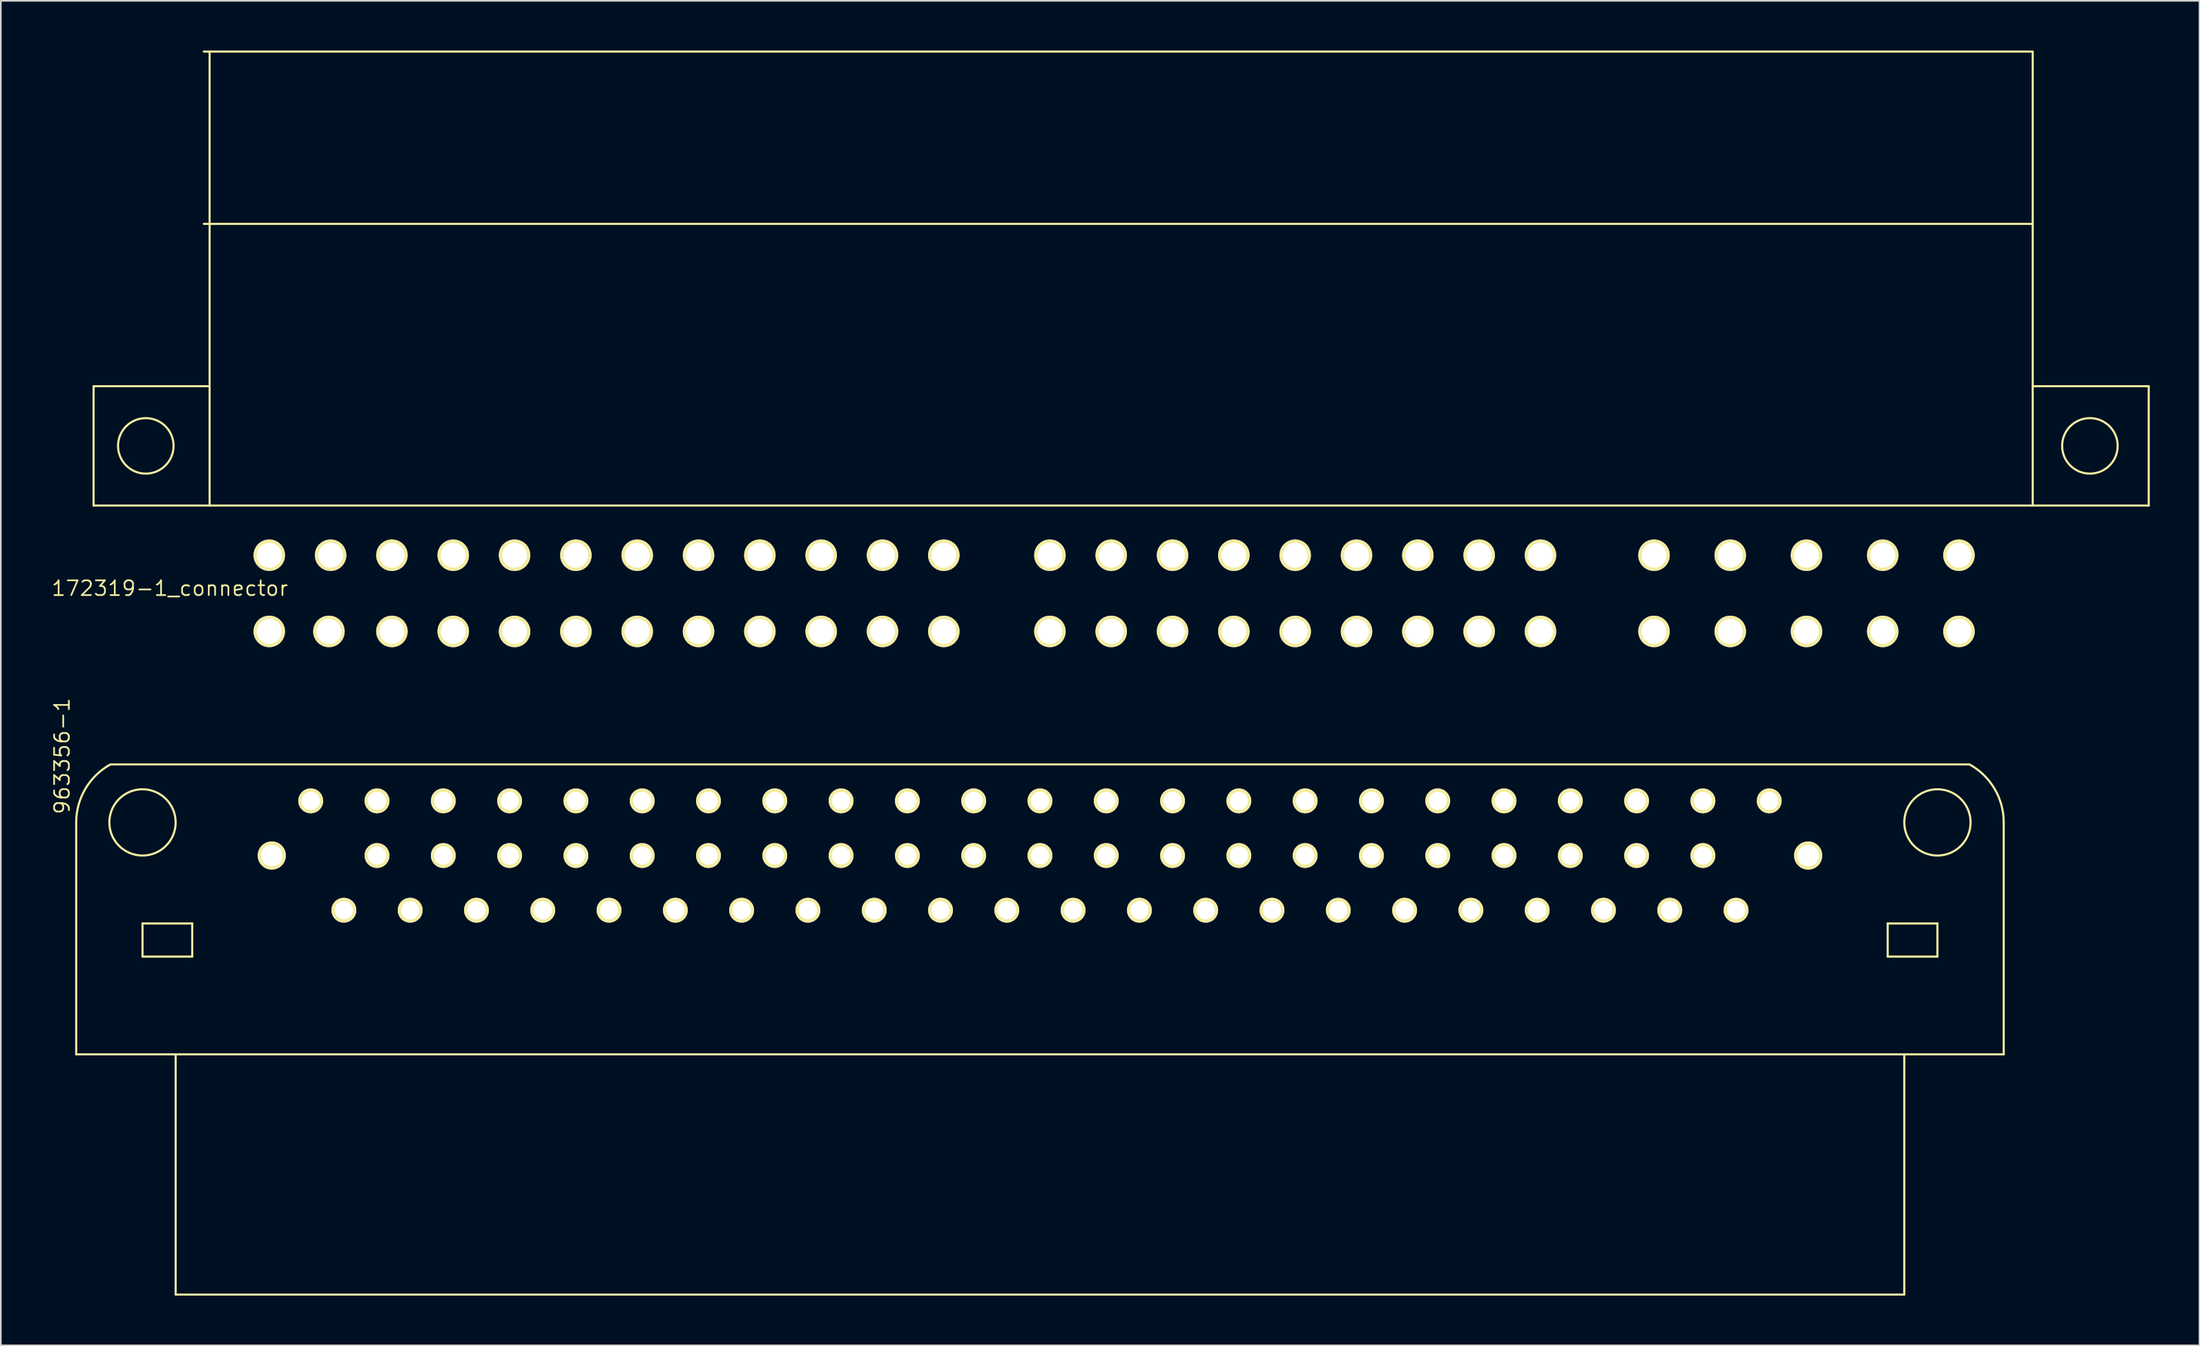
<source format=kicad_pcb>
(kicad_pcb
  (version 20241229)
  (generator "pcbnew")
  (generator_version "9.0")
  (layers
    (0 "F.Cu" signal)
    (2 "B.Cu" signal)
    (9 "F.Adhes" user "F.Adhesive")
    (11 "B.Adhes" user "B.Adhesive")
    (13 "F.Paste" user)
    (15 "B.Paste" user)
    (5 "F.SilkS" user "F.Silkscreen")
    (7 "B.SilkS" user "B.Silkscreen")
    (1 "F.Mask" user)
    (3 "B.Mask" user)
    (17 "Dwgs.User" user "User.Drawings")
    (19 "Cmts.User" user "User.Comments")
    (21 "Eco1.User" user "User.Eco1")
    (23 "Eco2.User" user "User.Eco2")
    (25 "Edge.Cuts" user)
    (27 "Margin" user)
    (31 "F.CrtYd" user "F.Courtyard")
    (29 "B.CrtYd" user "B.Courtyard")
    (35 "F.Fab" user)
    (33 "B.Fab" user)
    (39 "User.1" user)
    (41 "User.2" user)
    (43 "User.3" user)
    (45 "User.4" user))
  (footprint "172319-1_connector"
    (layer "F.Cu")
    (at 13.197 30.463)
    (property "Reference" "172319-1_connector" (at -6 2 180) (layer "F.SilkS") (effects (font (size 0.889 0.889) (thickness 0.102))))
    (attr through_hole)
    (fp_line (start -10.6 -10.2) (end -10.6 -3) (stroke (width 0.127) (type solid)) (layer "F.SilkS"))
    (fp_line (start -10.6 -3) (end -3.6 -3) (stroke (width 0.127) (type solid)) (layer "F.SilkS"))
    (fp_line (start -3.95 -30.4) (end 106.35 -30.4) (stroke (width 0.127) (type solid)) (layer "F.SilkS"))
    (fp_line (start -3.95 -20) (end 106.35 -20) (stroke (width 0.127) (type solid)) (layer "F.SilkS"))
    (fp_line (start -3.6 -30.4) (end -3.6 -3) (stroke (width 0.127) (type solid)) (layer "F.SilkS"))
    (fp_line (start -3.6 -10.2) (end -10.6 -10.2) (stroke (width 0.127) (type solid)) (layer "F.SilkS"))
    (fp_line (start -3.6 -3) (end 106.35 -3) (stroke (width 0.127) (type solid)) (layer "F.SilkS"))
    (fp_line (start 106.4 -30.4) (end 106.4 -3) (stroke (width 0.127) (type solid)) (layer "F.SilkS"))
    (fp_line (start 113.4 -10.2) (end 106.4 -10.2) (stroke (width 0.127) (type solid)) (layer "F.SilkS"))
    (fp_line (start 113.4 -10.2) (end 113.4 -3) (stroke (width 0.127) (type solid)) (layer "F.SilkS"))
    (fp_line (start 113.4 -3) (end 106.4 -3) (stroke (width 0.127) (type solid)) (layer "F.SilkS"))
    (fp_circle (center -7.45 -6.6) (end -9.125 -6.6) (stroke (width 0.127) (type solid)) (fill no) (layer "F.SilkS"))
    (fp_circle (center 109.85 -6.6) (end 111.525 -6.6) (stroke (width 0.127) (type solid)) (fill no) (layer "F.SilkS"))
    (pad "1" thru_hole circle (at 0 0) (size 1.9 1.9) (drill 1.501) (layers "*.Cu" "*.Mask" "F.SilkS"))
    (pad "2" thru_hole circle (at 3.7 0) (size 1.9 1.9) (drill 1.501) (layers "*.Cu" "*.Mask" "F.SilkS"))
    (pad "3" thru_hole circle (at 7.4 0) (size 1.9 1.9) (drill 1.501) (layers "*.Cu" "*.Mask" "F.SilkS"))
    (pad "4" thru_hole circle (at 11.1 0) (size 1.9 1.9) (drill 1.501) (layers "*.Cu" "*.Mask" "F.SilkS"))
    (pad "5" thru_hole circle (at 14.8 0) (size 1.9 1.9) (drill 1.501) (layers "*.Cu" "*.Mask" "F.SilkS"))
    (pad "6" thru_hole circle (at 18.5 0) (size 1.9 1.9) (drill 1.501) (layers "*.Cu" "*.Mask" "F.SilkS"))
    (pad "7" thru_hole circle (at 22.2 0) (size 1.9 1.9) (drill 1.501) (layers "*.Cu" "*.Mask" "F.SilkS"))
    (pad "8" thru_hole circle (at 25.9 0) (size 1.9 1.9) (drill 1.501) (layers "*.Cu" "*.Mask" "F.SilkS"))
    (pad "9" thru_hole circle (at 29.6 0) (size 1.9 1.9) (drill 1.501) (layers "*.Cu" "*.Mask" "F.SilkS"))
    (pad "10" thru_hole circle (at 33.3 0) (size 1.9 1.9) (drill 1.501) (layers "*.Cu" "*.Mask" "F.SilkS"))
    (pad "11" thru_hole circle (at 37 0) (size 1.9 1.9) (drill 1.501) (layers "*.Cu" "*.Mask" "F.SilkS"))
    (pad "12" thru_hole circle (at 40.7 0) (size 1.9 1.9) (drill 1.501) (layers "*.Cu" "*.Mask" "F.SilkS"))
    (pad "13" thru_hole circle (at 47.1 0) (size 1.9 1.9) (drill 1.501) (layers "*.Cu" "*.Mask" "F.SilkS"))
    (pad "14" thru_hole circle (at 50.8 0) (size 1.9 1.9) (drill 1.501) (layers "*.Cu" "*.Mask" "F.SilkS"))
    (pad "15" thru_hole circle (at 54.5 0) (size 1.9 1.9) (drill 1.501) (layers "*.Cu" "*.Mask" "F.SilkS"))
    (pad "16" thru_hole circle (at 58.2 0) (size 1.9 1.9) (drill 1.501) (layers "*.Cu" "*.Mask" "F.SilkS"))
    (pad "17" thru_hole circle (at 61.9 0) (size 1.9 1.9) (drill 1.501) (layers "*.Cu" "*.Mask" "F.SilkS"))
    (pad "18" thru_hole circle (at 65.6 0) (size 1.9 1.9) (drill 1.501) (layers "*.Cu" "*.Mask" "F.SilkS"))
    (pad "19" thru_hole circle (at 69.3 0) (size 1.9 1.9) (drill 1.501) (layers "*.Cu" "*.Mask" "F.SilkS"))
    (pad "20" thru_hole circle (at 73 0) (size 1.9 1.9) (drill 1.501) (layers "*.Cu" "*.Mask" "F.SilkS"))
    (pad "21" thru_hole circle (at 76.7 0) (size 1.9 1.9) (drill 1.501) (layers "*.Cu" "*.Mask" "F.SilkS"))
    (pad "22" thru_hole circle (at 83.55 0) (size 1.9 1.9) (drill 1.501) (layers "*.Cu" "*.Mask" "F.SilkS"))
    (pad "23" thru_hole circle (at 88.15 0) (size 1.9 1.9) (drill 1.501) (layers "*.Cu" "*.Mask" "F.SilkS"))
    (pad "24" thru_hole circle (at 92.75 0 180) (size 1.9 1.9) (drill 1.501) (layers "*.Cu" "*.Mask" "F.SilkS"))
    (pad "25" thru_hole circle (at 97.35 0 180) (size 1.9 1.9) (drill 1.501) (layers "*.Cu" "*.Mask" "F.SilkS"))
    (pad "26" thru_hole circle (at 101.95 0 180) (size 1.9 1.9) (drill 1.501) (layers "*.Cu" "*.Mask" "F.SilkS"))
    (pad "27" thru_hole circle (at 0 4.6 180) (size 1.9 1.9) (drill 1.501) (layers "*.Cu" "*.Mask" "F.SilkS"))
    (pad "28" thru_hole circle (at 3.6 4.6 180) (size 1.9 1.9) (drill 1.501) (layers "*.Cu" "*.Mask" "F.SilkS"))
    (pad "29" thru_hole circle (at 7.4 4.6 180) (size 1.9 1.9) (drill 1.501) (layers "*.Cu" "*.Mask" "F.SilkS"))
    (pad "30" thru_hole circle (at 11.1 4.6 180) (size 1.9 1.9) (drill 1.501) (layers "*.Cu" "*.Mask" "F.SilkS"))
    (pad "31" thru_hole circle (at 14.8 4.6 180) (size 1.9 1.9) (drill 1.501) (layers "*.Cu" "*.Mask" "F.SilkS"))
    (pad "32" thru_hole circle (at 18.5 4.6 180) (size 1.9 1.9) (drill 1.501) (layers "*.Cu" "*.Mask" "F.SilkS"))
    (pad "33" thru_hole circle (at 22.2 4.6 180) (size 1.9 1.9) (drill 1.501) (layers "*.Cu" "*.Mask" "F.SilkS"))
    (pad "34" thru_hole circle (at 25.9 4.6 180) (size 1.9 1.9) (drill 1.501) (layers "*.Cu" "*.Mask" "F.SilkS"))
    (pad "35" thru_hole circle (at 29.6 4.6 180) (size 1.9 1.9) (drill 1.501) (layers "*.Cu" "*.Mask" "F.SilkS"))
    (pad "36" thru_hole circle (at 33.3 4.6 180) (size 1.9 1.9) (drill 1.501) (layers "*.Cu" "*.Mask" "F.SilkS"))
    (pad "37" thru_hole circle (at 37 4.6 180) (size 1.9 1.9) (drill 1.501) (layers "*.Cu" "*.Mask" "F.SilkS"))
    (pad "38" thru_hole circle (at 40.7 4.6 180) (size 1.9 1.9) (drill 1.501) (layers "*.Cu" "*.Mask" "F.SilkS"))
    (pad "39" thru_hole circle (at 47.1 4.6 180) (size 1.9 1.9) (drill 1.501) (layers "*.Cu" "*.Mask" "F.SilkS"))
    (pad "40" thru_hole circle (at 50.8 4.6 180) (size 1.9 1.9) (drill 1.501) (layers "*.Cu" "*.Mask" "F.SilkS"))
    (pad "41" thru_hole circle (at 54.5 4.6 180) (size 1.9 1.9) (drill 1.501) (layers "*.Cu" "*.Mask" "F.SilkS"))
    (pad "42" thru_hole circle (at 58.2 4.6 180) (size 1.9 1.9) (drill 1.501) (layers "*.Cu" "*.Mask" "F.SilkS"))
    (pad "43" thru_hole circle (at 61.9 4.6 180) (size 1.9 1.9) (drill 1.501) (layers "*.Cu" "*.Mask" "F.SilkS"))
    (pad "44" thru_hole circle (at 65.6 4.6 180) (size 1.9 1.9) (drill 1.501) (layers "*.Cu" "*.Mask" "F.SilkS"))
    (pad "45" thru_hole circle (at 69.3 4.6 180) (size 1.9 1.9) (drill 1.501) (layers "*.Cu" "*.Mask" "F.SilkS"))
    (pad "46" thru_hole circle (at 73 4.6 180) (size 1.9 1.9) (drill 1.501) (layers "*.Cu" "*.Mask" "F.SilkS"))
    (pad "47" thru_hole circle (at 76.7 4.6 180) (size 1.9 1.9) (drill 1.501) (layers "*.Cu" "*.Mask" "F.SilkS"))
    (pad "48" thru_hole circle (at 83.55 4.6 180) (size 1.9 1.9) (drill 1.501) (layers "*.Cu" "*.Mask" "F.SilkS"))
    (pad "49" thru_hole circle (at 88.15 4.6 180) (size 1.9 1.9) (drill 1.501) (layers "*.Cu" "*.Mask" "F.SilkS"))
    (pad "50" thru_hole circle (at 92.75 4.6 180) (size 1.9 1.9) (drill 1.501) (layers "*.Cu" "*.Mask" "F.SilkS"))
    (pad "51" thru_hole circle (at 97.35 4.6 180) (size 1.9 1.9) (drill 1.501) (layers "*.Cu" "*.Mask" "F.SilkS"))
    (pad "52" thru_hole circle (at 101.95 4.6 180) (size 1.9 1.9) (drill 1.501) (layers "*.Cu" "*.Mask" "F.SilkS")))
  (footprint "963356-1"
    (layer "F.Cu")
    (at 59.698 48.59)
    (property "Reference" "963356-1" (at -59 -6 90) (layer "F.SilkS") (effects (font (size 0.889 0.889) (thickness 0.102))))
    (attr through_hole)
    (fp_line (start -58.15 12) (end -58.15 -2) (stroke (width 0.127) (type solid)) (layer "F.SilkS"))
    (fp_line (start -54.15 4.1) (end -54.15 6.1) (stroke (width 0.127) (type solid)) (layer "F.SilkS"))
    (fp_line (start -54.15 6.1) (end -51.15 6.1) (stroke (width 0.127) (type solid)) (layer "F.SilkS"))
    (fp_line (start -52.15 12) (end -52.15 26.5) (stroke (width 0.127) (type solid)) (layer "F.SilkS"))
    (fp_line (start -52.15 26.5) (end 52.15 26.5) (stroke (width 0.127) (type solid)) (layer "F.SilkS"))
    (fp_line (start -51.15 4.1) (end -54.15 4.1) (stroke (width 0.127) (type solid)) (layer "F.SilkS"))
    (fp_line (start -51.15 6.1) (end -51.15 4.1) (stroke (width 0.127) (type solid)) (layer "F.SilkS"))
    (fp_line (start 51.15 4.1) (end 54.15 4.1) (stroke (width 0.127) (type solid)) (layer "F.SilkS"))
    (fp_line (start 51.15 6.1) (end 51.15 4.1) (stroke (width 0.127) (type solid)) (layer "F.SilkS"))
    (fp_line (start 52.15 12) (end 52.15 26.5) (stroke (width 0.127) (type solid)) (layer "F.SilkS"))
    (fp_line (start 54.15 4.1) (end 54.15 6.1) (stroke (width 0.127) (type solid)) (layer "F.SilkS"))
    (fp_line (start 54.15 6.1) (end 51.15 6.1) (stroke (width 0.127) (type solid)) (layer "F.SilkS"))
    (fp_line (start 56.07 -5.5) (end -56.07 -5.5) (stroke (width 0.127) (type solid)) (layer "F.SilkS"))
    (fp_line (start 58.15 -2) (end 58.15 12) (stroke (width 0.127) (type solid)) (layer "F.SilkS"))
    (fp_line (start 58.15 12) (end -58.15 12) (stroke (width 0.127) (type solid)) (layer "F.SilkS"))
    (fp_arc (start -58.15 -2) (mid -57.596517 -4.030154) (end -56.089238 -5.498479) (stroke (width 0.127) (type solid)) (layer "F.SilkS"))
    (fp_arc (start 56.089238 -5.498479) (mid 57.596516 -4.030154) (end 58.15 -2) (stroke (width 0.127) (type solid)) (layer "F.SilkS"))
    (fp_circle (center -54.15 -2) (end -54.15 -4) (stroke (width 0.127) (type solid)) (fill no) (layer "F.SilkS"))
    (fp_circle (center 54.15 -2) (end 54.15 -4) (stroke (width 0.127) (type solid)) (fill no) (layer "F.SilkS"))
    (pad "1" thru_hole circle (at -46.35 0) (size 1.7 1.7) (drill 1.3) (layers "*.Cu" "*.Mask" "F.SilkS"))
    (pad "2" thru_hole circle (at -40 0) (size 1.5 1.5) (drill 1.101) (layers "*.Cu" "*.Mask" "F.SilkS"))
    (pad "3" thru_hole circle (at -36 0) (size 1.5 1.5) (drill 1.101) (layers "*.Cu" "*.Mask" "F.SilkS"))
    (pad "4" thru_hole circle (at -32 0) (size 1.5 1.5) (drill 1.101) (layers "*.Cu" "*.Mask" "F.SilkS"))
    (pad "5" thru_hole circle (at -28 0) (size 1.5 1.5) (drill 1.101) (layers "*.Cu" "*.Mask" "F.SilkS"))
    (pad "6" thru_hole circle (at -24 0) (size 1.5 1.5) (drill 1.101) (layers "*.Cu" "*.Mask" "F.SilkS"))
    (pad "7" thru_hole circle (at -20 0) (size 1.5 1.5) (drill 1.101) (layers "*.Cu" "*.Mask" "F.SilkS"))
    (pad "8" thru_hole circle (at -16 0) (size 1.5 1.5) (drill 1.101) (layers "*.Cu" "*.Mask" "F.SilkS"))
    (pad "9" thru_hole circle (at -12 0) (size 1.5 1.5) (drill 1.101) (layers "*.Cu" "*.Mask" "F.SilkS"))
    (pad "10" thru_hole circle (at -8 0) (size 1.5 1.5) (drill 1.101) (layers "*.Cu" "*.Mask" "F.SilkS"))
    (pad "11" thru_hole circle (at -4 0) (size 1.5 1.5) (drill 1.101) (layers "*.Cu" "*.Mask" "F.SilkS"))
    (pad "12" thru_hole circle (at 0 0) (size 1.5 1.5) (drill 1.101) (layers "*.Cu" "*.Mask" "F.SilkS"))
    (pad "13" thru_hole circle (at 4 0) (size 1.5 1.5) (drill 1.101) (layers "*.Cu" "*.Mask" "F.SilkS"))
    (pad "14" thru_hole circle (at 8 0) (size 1.5 1.5) (drill 1.101) (layers "*.Cu" "*.Mask" "F.SilkS"))
    (pad "15" thru_hole circle (at 12 0) (size 1.5 1.5) (drill 1.101) (layers "*.Cu" "*.Mask" "F.SilkS"))
    (pad "16" thru_hole circle (at 16 0) (size 1.5 1.5) (drill 1.101) (layers "*.Cu" "*.Mask" "F.SilkS"))
    (pad "17" thru_hole circle (at 20 0) (size 1.5 1.5) (drill 1.101) (layers "*.Cu" "*.Mask" "F.SilkS"))
    (pad "18" thru_hole circle (at 24 0) (size 1.5 1.5) (drill 1.101) (layers "*.Cu" "*.Mask" "F.SilkS"))
    (pad "19" thru_hole circle (at 28 0) (size 1.5 1.5) (drill 1.101) (layers "*.Cu" "*.Mask" "F.SilkS"))
    (pad "20" thru_hole circle (at 32 0) (size 1.5 1.5) (drill 1.101) (layers "*.Cu" "*.Mask" "F.SilkS"))
    (pad "21" thru_hole circle (at 36 0) (size 1.5 1.5) (drill 1.101) (layers "*.Cu" "*.Mask" "F.SilkS"))
    (pad "22" thru_hole circle (at 40 0) (size 1.5 1.5) (drill 1.101) (layers "*.Cu" "*.Mask" "F.SilkS"))
    (pad "23" thru_hole circle (at 46.35 0) (size 1.7 1.7) (drill 1.3) (layers "*.Cu" "*.Mask" "F.SilkS"))
    (pad "24" thru_hole circle (at -42 3.3 180) (size 1.5 1.5) (drill 1.101) (layers "*.Cu" "*.Mask" "F.SilkS"))
    (pad "25" thru_hole circle (at -38 3.3 180) (size 1.5 1.5) (drill 1.101) (layers "*.Cu" "*.Mask" "F.SilkS"))
    (pad "26" thru_hole circle (at -34 3.3 180) (size 1.5 1.5) (drill 1.101) (layers "*.Cu" "*.Mask" "F.SilkS"))
    (pad "27" thru_hole circle (at -30 3.3 180) (size 1.5 1.5) (drill 1.101) (layers "*.Cu" "*.Mask" "F.SilkS"))
    (pad "28" thru_hole circle (at -26 3.3 180) (size 1.5 1.5) (drill 1.101) (layers "*.Cu" "*.Mask" "F.SilkS"))
    (pad "29" thru_hole circle (at -22 3.3 180) (size 1.5 1.5) (drill 1.101) (layers "*.Cu" "*.Mask" "F.SilkS"))
    (pad "30" thru_hole circle (at -18 3.3 180) (size 1.5 1.5) (drill 1.101) (layers "*.Cu" "*.Mask" "F.SilkS"))
    (pad "31" thru_hole circle (at -14 3.3 180) (size 1.5 1.5) (drill 1.101) (layers "*.Cu" "*.Mask" "F.SilkS"))
    (pad "32" thru_hole circle (at -10 3.3 180) (size 1.5 1.5) (drill 1.101) (layers "*.Cu" "*.Mask" "F.SilkS"))
    (pad "33" thru_hole circle (at -6 3.3 180) (size 1.5 1.5) (drill 1.101) (layers "*.Cu" "*.Mask" "F.SilkS"))
    (pad "34" thru_hole circle (at -2 3.3 180) (size 1.5 1.5) (drill 1.101) (layers "*.Cu" "*.Mask" "F.SilkS"))
    (pad "35" thru_hole circle (at 2 3.3 180) (size 1.5 1.5) (drill 1.101) (layers "*.Cu" "*.Mask" "F.SilkS"))
    (pad "36" thru_hole circle (at 6 3.3 180) (size 1.5 1.5) (drill 1.101) (layers "*.Cu" "*.Mask" "F.SilkS"))
    (pad "37" thru_hole circle (at 10 3.3 180) (size 1.5 1.5) (drill 1.101) (layers "*.Cu" "*.Mask" "F.SilkS"))
    (pad "38" thru_hole circle (at 14 3.3 180) (size 1.5 1.5) (drill 1.101) (layers "*.Cu" "*.Mask" "F.SilkS"))
    (pad "39" thru_hole circle (at 18 3.3 180) (size 1.5 1.5) (drill 1.101) (layers "*.Cu" "*.Mask" "F.SilkS"))
    (pad "40" thru_hole circle (at 22 3.3 180) (size 1.5 1.5) (drill 1.101) (layers "*.Cu" "*.Mask" "F.SilkS"))
    (pad "41" thru_hole circle (at 26 3.3 180) (size 1.5 1.5) (drill 1.101) (layers "*.Cu" "*.Mask" "F.SilkS"))
    (pad "42" thru_hole circle (at 30 3.3 180) (size 1.5 1.5) (drill 1.101) (layers "*.Cu" "*.Mask" "F.SilkS"))
    (pad "43" thru_hole circle (at 34 3.3 180) (size 1.5 1.5) (drill 1.101) (layers "*.Cu" "*.Mask" "F.SilkS"))
    (pad "44" thru_hole circle (at 38 3.3 180) (size 1.5 1.5) (drill 1.101) (layers "*.Cu" "*.Mask" "F.SilkS"))
    (pad "45" thru_hole circle (at 42 3.3 180) (size 1.5 1.5) (drill 1.101) (layers "*.Cu" "*.Mask" "F.SilkS"))
    (pad "46" thru_hole circle (at -44 -3.3 180) (size 1.5 1.5) (drill 1.101) (layers "*.Cu" "*.Mask" "F.SilkS"))
    (pad "47" thru_hole circle (at -40 -3.3 180) (size 1.5 1.5) (drill 1.101) (layers "*.Cu" "*.Mask" "F.SilkS"))
    (pad "48" thru_hole circle (at -36 -3.3 180) (size 1.5 1.5) (drill 1.101) (layers "*.Cu" "*.Mask" "F.SilkS"))
    (pad "49" thru_hole circle (at -32 -3.3 180) (size 1.5 1.5) (drill 1.101) (layers "*.Cu" "*.Mask" "F.SilkS"))
    (pad "50" thru_hole circle (at -28 -3.3 180) (size 1.5 1.5) (drill 1.101) (layers "*.Cu" "*.Mask" "F.SilkS"))
    (pad "51" thru_hole circle (at -24 -3.3 180) (size 1.5 1.5) (drill 1.101) (layers "*.Cu" "*.Mask" "F.SilkS"))
    (pad "52" thru_hole circle (at -20 -3.3 180) (size 1.5 1.5) (drill 1.101) (layers "*.Cu" "*.Mask" "F.SilkS"))
    (pad "53" thru_hole circle (at -16 -3.3 180) (size 1.5 1.5) (drill 1.101) (layers "*.Cu" "*.Mask" "F.SilkS"))
    (pad "54" thru_hole circle (at -12 -3.3 180) (size 1.5 1.5) (drill 1.101) (layers "*.Cu" "*.Mask" "F.SilkS"))
    (pad "55" thru_hole circle (at -8 -3.3 180) (size 1.5 1.5) (drill 1.101) (layers "*.Cu" "*.Mask" "F.SilkS"))
    (pad "56" thru_hole circle (at -4 -3.3 180) (size 1.5 1.5) (drill 1.101) (layers "*.Cu" "*.Mask" "F.SilkS"))
    (pad "57" thru_hole circle (at 0 -3.3 180) (size 1.5 1.5) (drill 1.101) (layers "*.Cu" "*.Mask" "F.SilkS"))
    (pad "58" thru_hole circle (at 4 -3.3 180) (size 1.5 1.5) (drill 1.101) (layers "*.Cu" "*.Mask" "F.SilkS"))
    (pad "59" thru_hole circle (at 8 -3.3 180) (size 1.5 1.5) (drill 1.101) (layers "*.Cu" "*.Mask" "F.SilkS"))
    (pad "60" thru_hole circle (at 12 -3.3 180) (size 1.5 1.5) (drill 1.101) (layers "*.Cu" "*.Mask" "F.SilkS"))
    (pad "61" thru_hole circle (at 16 -3.3 180) (size 1.5 1.5) (drill 1.101) (layers "*.Cu" "*.Mask" "F.SilkS"))
    (pad "62" thru_hole circle (at 20 -3.3 180) (size 1.5 1.5) (drill 1.101) (layers "*.Cu" "*.Mask" "F.SilkS"))
    (pad "63" thru_hole circle (at 24 -3.3 180) (size 1.5 1.5) (drill 1.101) (layers "*.Cu" "*.Mask" "F.SilkS"))
    (pad "64" thru_hole circle (at 28 -3.3 180) (size 1.5 1.5) (drill 1.101) (layers "*.Cu" "*.Mask" "F.SilkS"))
    (pad "65" thru_hole circle (at 32 -3.3 180) (size 1.5 1.5) (drill 1.101) (layers "*.Cu" "*.Mask" "F.SilkS"))
    (pad "66" thru_hole circle (at 36 -3.3 180) (size 1.5 1.5) (drill 1.101) (layers "*.Cu" "*.Mask" "F.SilkS"))
    (pad "67" thru_hole circle (at 40 -3.3 180) (size 1.5 1.5) (drill 1.101) (layers "*.Cu" "*.Mask" "F.SilkS"))
    (pad "68" thru_hole circle (at 44 -3.3 180) (size 1.5 1.5) (drill 1.101) (layers "*.Cu" "*.Mask" "F.SilkS")))
  (gr_rect
    (start -3 -3)
    (end 129.66 78.154)
    (stroke (width 0.1) (type default))
    (fill no)
    (layer "Edge.Cuts")))
</source>
